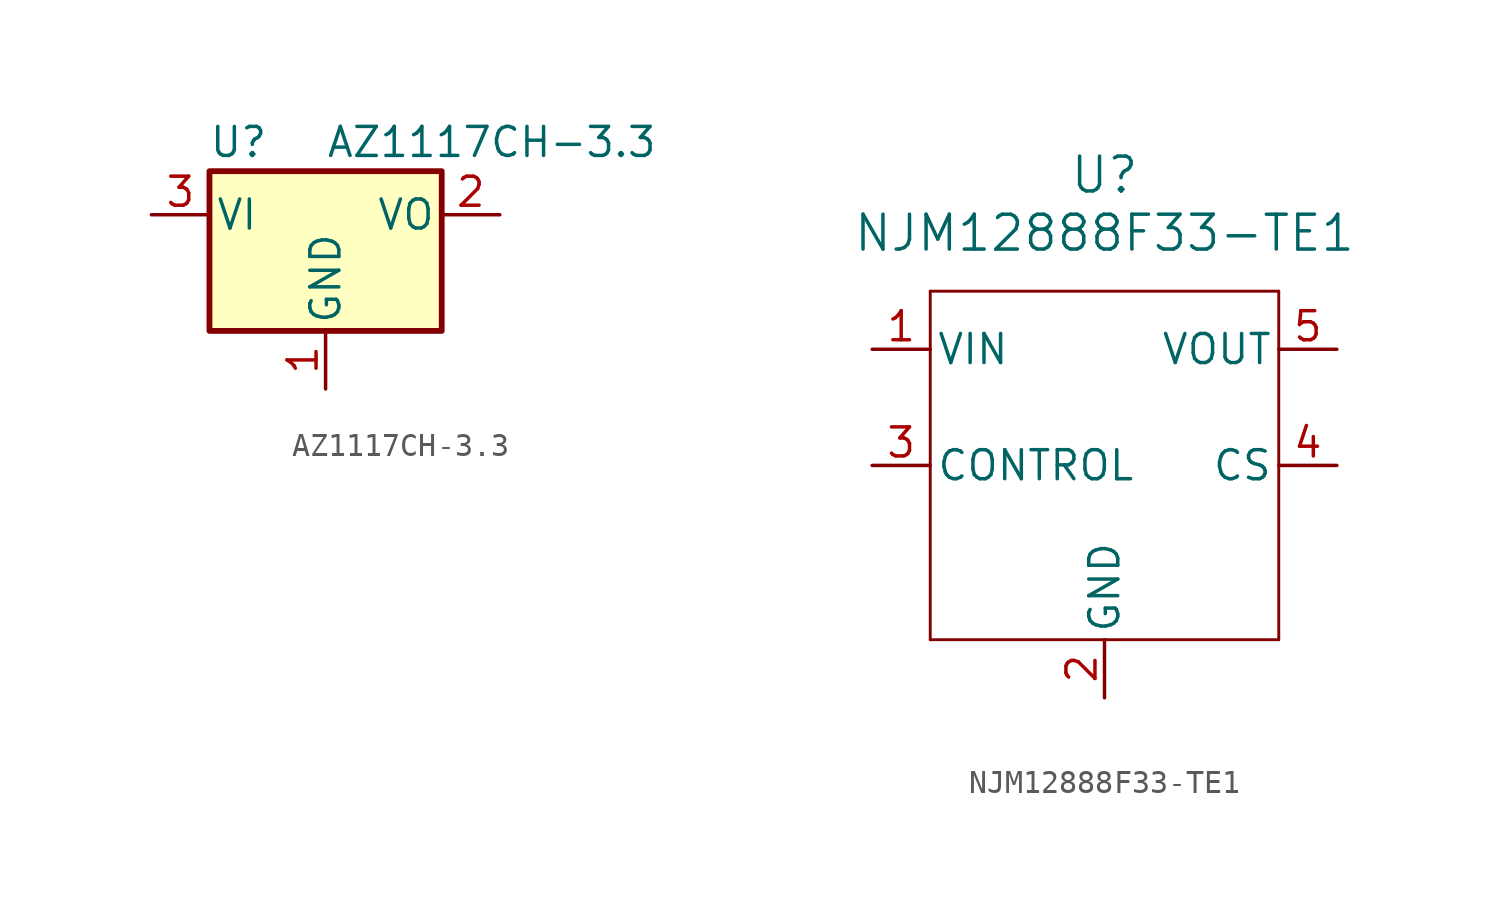
<source format=kicad_sym>
(kicad_symbol_lib
  (version 20231120)
  (generator "kicad_symbol_editor")
  (generator_version "8.0")
  (symbol "AZ1117CH-3.3"
    (pin_names
      (offset 0.254))
    (property "Reference" "U"
      (at -3.81 3.175 0)
      (effects (font (size 1.27 1.27))))
    (property "Value" "AZ1117CH-3.3"
      (at 0 3.175 0)
      (effects (font (size 1.27 1.27)) (justify left)))
    (symbol "AZ1117CH-3.3_0_1"
      (rectangle (start -5.08 1.905) (end 5.08 -5.08) (stroke (width 0.254) (type default)) (fill (type background))))
    (symbol "AZ1117CH-3.3_1_1"
      (pin power_in line (at 0 -7.62 90) (length 2.54) (name "GND" (effects (font (size 1.27 1.27)))) (number "1" (effects (font (size 1.27 1.27)))))
      (pin power_out line (at 7.62 0 180) (length 2.54) (name "VO" (effects (font (size 1.27 1.27)))) (number "2" (effects (font (size 1.27 1.27)))))
      (pin power_in line (at -7.62 0 0) (length 2.54) (name "VI" (effects (font (size 1.27 1.27)))) (number "3" (effects (font (size 1.27 1.27)))))))
  (symbol "NJM12888F33-TE1"
    (pin_names
      (offset 0.254))
    (property "Reference" "U"
      (at 0 12.7 0)
      (effects (font (size 1.524 1.524))))
    (property "Value" "NJM12888F33-TE1"
      (at 0 10.16 0)
      (effects (font (size 1.524 1.524))))
    (symbol "NJM12888F33-TE1_0_1"
      (polyline (pts (xy -7.62 -7.62) (xy 7.62 -7.62)) (stroke (width 0.127) (type default)) (fill (type none)))
      (polyline (pts (xy -7.62 7.62) (xy -7.62 -7.62)) (stroke (width 0.127) (type default)) (fill (type none)))
      (polyline (pts (xy 7.62 -7.62) (xy 7.62 7.62)) (stroke (width 0.127) (type default)) (fill (type none)))
      (polyline (pts (xy 7.62 7.62) (xy -7.62 7.62)) (stroke (width 0.127) (type default)) (fill (type none))))
    (symbol "NJM12888F33-TE1_1_1"
      (pin power_in line (at -10.16 5.08 0) (length 2.54) (name "VIN" (effects (font (size 1.27 1.27)))) (number "1" (effects (font (size 1.27 1.27)))))
      (pin power_in line (at 0 -10.16 90) (length 2.54) (name "GND" (effects (font (size 1.27 1.27)))) (number "2" (effects (font (size 1.27 1.27)))))
      (pin input line (at -10.16 0 0) (length 2.54) (name "CONTROL" (effects (font (size 1.27 1.27)))) (number "3" (effects (font (size 1.27 1.27)))))
      (pin input line (at 10.16 0 180) (length 2.54) (name "CS" (effects (font (size 1.27 1.27)))) (number "4" (effects (font (size 1.27 1.27)))))
      (pin power_out line (at 10.16 5.08 180) (length 2.54) (name "VOUT" (effects (font (size 1.27 1.27)))) (number "5" (effects (font (size 1.27 1.27))))))))
</source>
